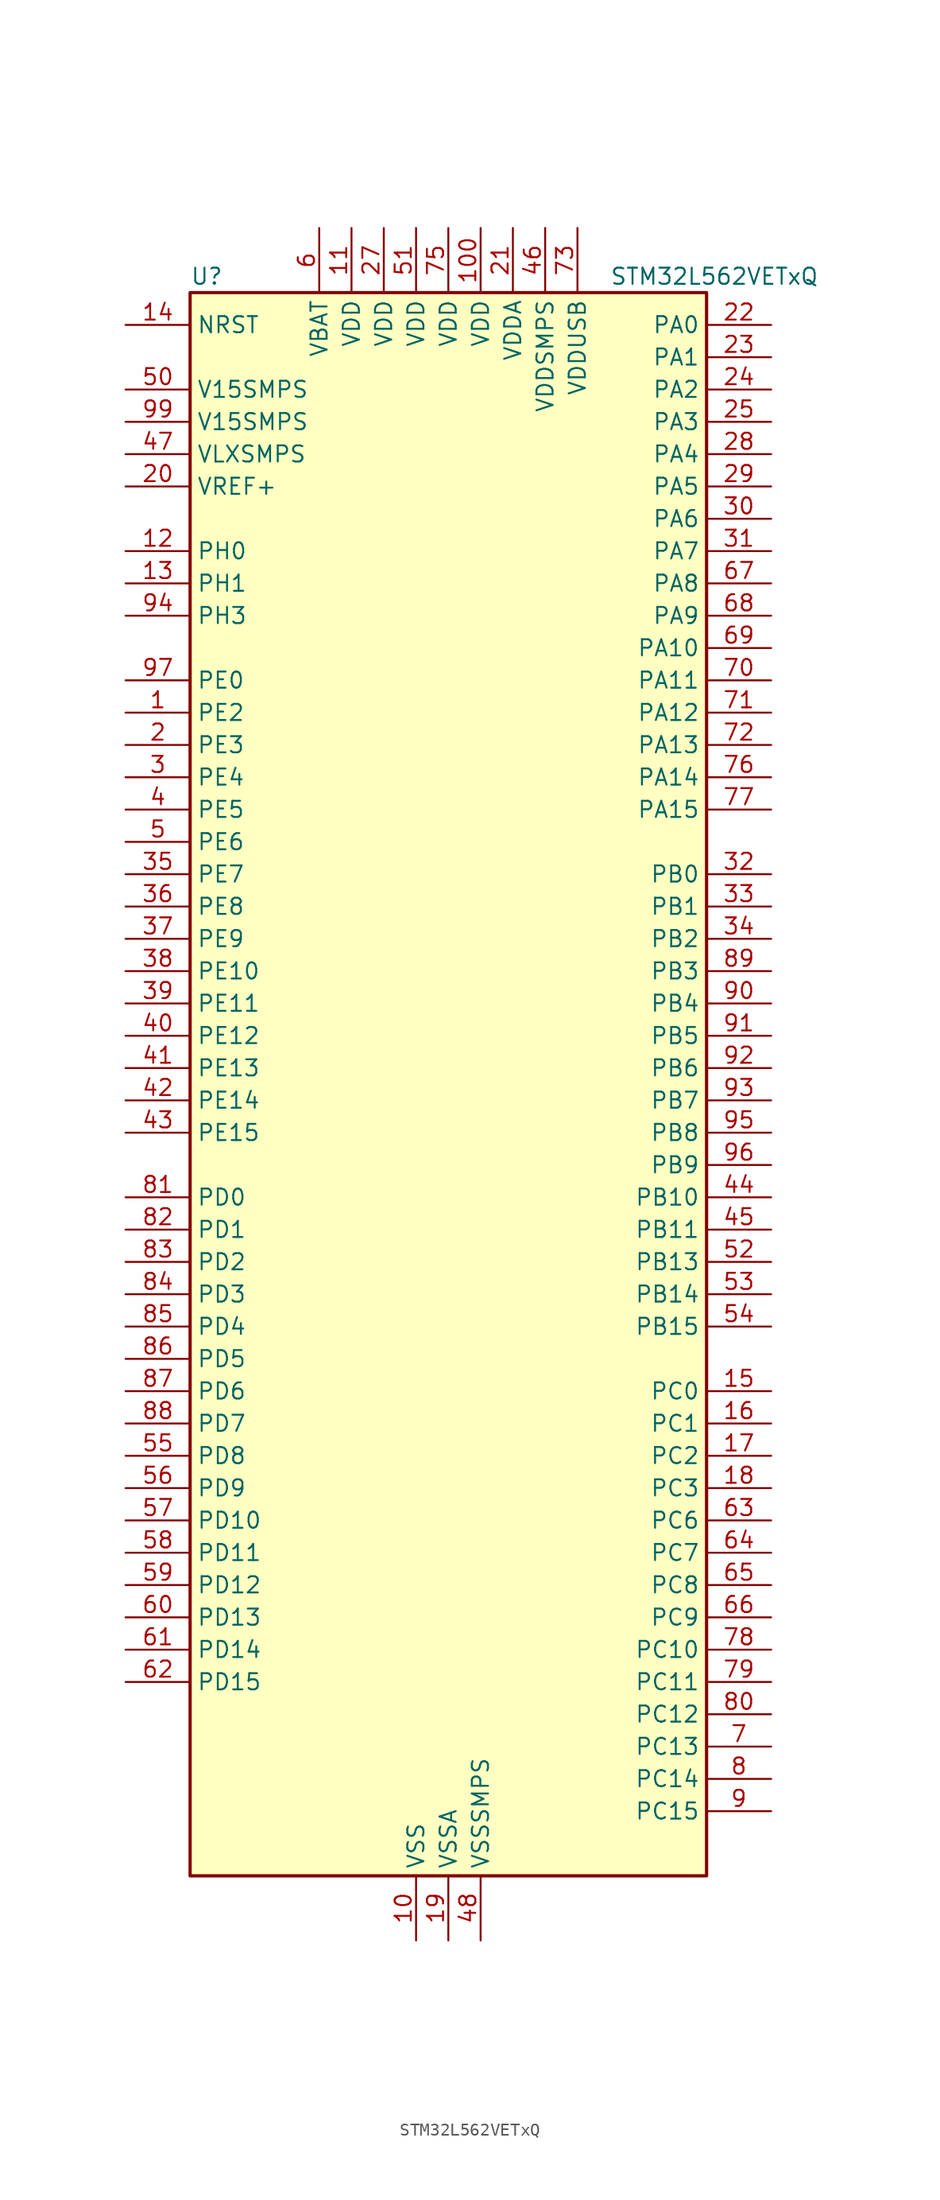
<source format=kicad_sym>
(kicad_symbol_lib
  (version 20231120)
  (generator "kicad_symbol_editor")
  (generator_version "8.0")
  (symbol "STM32L562VETxQ"
    (property "Reference" "U"
      (at -20.32 64.77 0)
      (effects (font (size 1.27 1.27)) (justify left)))
    (property "Value" "STM32L562VETxQ"
      (at 12.7 64.77 0)
      (effects (font (size 1.27 1.27)) (justify left)))
    (property "ki_locked" ""
      (at 0 0 0)
      (effects (font (size 1.27 1.27))))
    (symbol "STM32L562VETxQ_0_1"
      (rectangle (start -20.32 -60.96) (end 20.32 63.5) (stroke (width 0.254) (type default)) (fill (type background))))
    (symbol "STM32L562VETxQ_1_1"
      (pin bidirectional line (at -25.4 30.48 0) (length 5.08) (name "PE2" (effects (font (size 1.27 1.27)))) (number "1" (effects (font (size 1.27 1.27)))) (alternate "DEBUG_TRACECLK" bidirectional line) (alternate "FMC_A23" bidirectional line) (alternate "SAI1_CK1" bidirectional line) (alternate "SAI1_MCLK_A" bidirectional line) (alternate "TIM3_ETR" bidirectional line) (alternate "TSC_G7_IO1" bidirectional line))
      (pin power_in line (at -2.54 -66.04 90) (length 5.08) (name "VSS" (effects (font (size 1.27 1.27)))) (number "10" (effects (font (size 1.27 1.27)))))
      (pin power_in line (at 2.54 68.58 270) (length 5.08) (name "VDD" (effects (font (size 1.27 1.27)))) (number "100" (effects (font (size 1.27 1.27)))))
      (pin power_in line (at -7.62 68.58 270) (length 5.08) (name "VDD" (effects (font (size 1.27 1.27)))) (number "11" (effects (font (size 1.27 1.27)))))
      (pin bidirectional line (at -25.4 43.18 0) (length 5.08) (name "PH0" (effects (font (size 1.27 1.27)))) (number "12" (effects (font (size 1.27 1.27)))) (alternate "RCC_OSC_IN" bidirectional line))
      (pin bidirectional line (at -25.4 40.64 0) (length 5.08) (name "PH1" (effects (font (size 1.27 1.27)))) (number "13" (effects (font (size 1.27 1.27)))) (alternate "RCC_OSC_OUT" bidirectional line))
      (pin input line (at -25.4 60.96 0) (length 5.08) (name "NRST" (effects (font (size 1.27 1.27)))) (number "14" (effects (font (size 1.27 1.27)))))
      (pin bidirectional line (at 25.4 -22.86 180) (length 5.08) (name "PC0" (effects (font (size 1.27 1.27)))) (number "15" (effects (font (size 1.27 1.27)))) (alternate "ADC1_IN1" bidirectional line) (alternate "ADC2_IN1" bidirectional line) (alternate "I2C3_SCL" bidirectional line) (alternate "LPTIM1_IN1" bidirectional line) (alternate "LPTIM2_IN1" bidirectional line) (alternate "LPUART1_RX" bidirectional line) (alternate "OCTOSPI1_IO7" bidirectional line) (alternate "SAI2_FS_A" bidirectional line) (alternate "SDMMC1_D5" bidirectional line))
      (pin bidirectional line (at 25.4 -25.4 180) (length 5.08) (name "PC1" (effects (font (size 1.27 1.27)))) (number "16" (effects (font (size 1.27 1.27)))) (alternate "ADC1_IN2" bidirectional line) (alternate "ADC2_IN2" bidirectional line) (alternate "DEBUG_TRACED0" bidirectional line) (alternate "I2C3_SDA" bidirectional line) (alternate "LPTIM1_OUT" bidirectional line) (alternate "LPUART1_TX" bidirectional line) (alternate "OCTOSPI1_IO4" bidirectional line) (alternate "SAI1_SD_A" bidirectional line) (alternate "SPI2_MOSI" bidirectional line))
      (pin bidirectional line (at 25.4 -27.94 180) (length 5.08) (name "PC2" (effects (font (size 1.27 1.27)))) (number "17" (effects (font (size 1.27 1.27)))) (alternate "ADC1_IN3" bidirectional line) (alternate "ADC2_IN3" bidirectional line) (alternate "DFSDM1_CKOUT" bidirectional line) (alternate "LPTIM1_IN2" bidirectional line) (alternate "OCTOSPI1_IO5" bidirectional line) (alternate "SPI2_MISO" bidirectional line))
      (pin bidirectional line (at 25.4 -30.48 180) (length 5.08) (name "PC3" (effects (font (size 1.27 1.27)))) (number "18" (effects (font (size 1.27 1.27)))) (alternate "ADC1_IN4" bidirectional line) (alternate "ADC2_IN4" bidirectional line) (alternate "LPTIM1_ETR" bidirectional line) (alternate "LPTIM2_ETR" bidirectional line) (alternate "LPTIM3_OUT" bidirectional line) (alternate "OCTOSPI1_IO6" bidirectional line) (alternate "SAI1_D1" bidirectional line) (alternate "SAI1_SD_A" bidirectional line) (alternate "SPI2_MOSI" bidirectional line))
      (pin power_in line (at 0 -66.04 90) (length 5.08) (name "VSSA" (effects (font (size 1.27 1.27)))) (number "19" (effects (font (size 1.27 1.27)))))
      (pin bidirectional line (at -25.4 27.94 0) (length 5.08) (name "PE3" (effects (font (size 1.27 1.27)))) (number "2" (effects (font (size 1.27 1.27)))) (alternate "DEBUG_TRACED0" bidirectional line) (alternate "FMC_A19" bidirectional line) (alternate "OCTOSPI1_DQS" bidirectional line) (alternate "SAI1_SD_B" bidirectional line) (alternate "TIM3_CH1" bidirectional line) (alternate "TSC_G7_IO2" bidirectional line))
      (pin input line (at -25.4 48.26 0) (length 5.08) (name "VREF+" (effects (font (size 1.27 1.27)))) (number "20" (effects (font (size 1.27 1.27)))) (alternate "VREFBUF_OUT" bidirectional line))
      (pin power_in line (at 5.08 68.58 270) (length 5.08) (name "VDDA" (effects (font (size 1.27 1.27)))) (number "21" (effects (font (size 1.27 1.27)))))
      (pin bidirectional line (at 25.4 60.96 180) (length 5.08) (name "PA0" (effects (font (size 1.27 1.27)))) (number "22" (effects (font (size 1.27 1.27)))) (alternate "ADC1_IN5" bidirectional line) (alternate "ADC2_IN5" bidirectional line) (alternate "OPAMP1_VINP" bidirectional line) (alternate "PWR_WKUP1" bidirectional line) (alternate "SAI1_EXTCLK" bidirectional line) (alternate "TAMP_IN2" bidirectional line) (alternate "TAMP_OUT1" bidirectional line) (alternate "TIM2_CH1" bidirectional line) (alternate "TIM2_ETR" bidirectional line) (alternate "TIM5_CH1" bidirectional line) (alternate "TIM8_ETR" bidirectional line) (alternate "UART4_TX" bidirectional line) (alternate "USART2_CTS" bidirectional line) (alternate "USART2_NSS" bidirectional line))
      (pin bidirectional line (at 25.4 58.42 180) (length 5.08) (name "PA1" (effects (font (size 1.27 1.27)))) (number "23" (effects (font (size 1.27 1.27)))) (alternate "ADC1_IN6" bidirectional line) (alternate "ADC2_IN6" bidirectional line) (alternate "I2C1_SMBA" bidirectional line) (alternate "OCTOSPI1_DQS" bidirectional line) (alternate "OPAMP1_VINM" bidirectional line) (alternate "SPI1_SCK" bidirectional line) (alternate "TAMP_IN5" bidirectional line) (alternate "TAMP_OUT4" bidirectional line) (alternate "TIM15_CH1N" bidirectional line) (alternate "TIM2_CH2" bidirectional line) (alternate "TIM5_CH2" bidirectional line) (alternate "UART4_RX" bidirectional line) (alternate "USART2_DE" bidirectional line) (alternate "USART2_RTS" bidirectional line))
      (pin bidirectional line (at 25.4 55.88 180) (length 5.08) (name "PA2" (effects (font (size 1.27 1.27)))) (number "24" (effects (font (size 1.27 1.27)))) (alternate "ADC1_IN7" bidirectional line) (alternate "ADC2_IN7" bidirectional line) (alternate "COMP1_INP" bidirectional line) (alternate "LPUART1_TX" bidirectional line) (alternate "OCTOSPI1_NCS" bidirectional line) (alternate "PWR_WKUP4" bidirectional line) (alternate "RCC_LSCO" bidirectional line) (alternate "SAI2_EXTCLK" bidirectional line) (alternate "TIM15_CH1" bidirectional line) (alternate "TIM2_CH3" bidirectional line) (alternate "TIM5_CH3" bidirectional line) (alternate "UCPD1_FRSTX1" bidirectional line) (alternate "USART2_TX" bidirectional line))
      (pin bidirectional line (at 25.4 53.34 180) (length 5.08) (name "PA3" (effects (font (size 1.27 1.27)))) (number "25" (effects (font (size 1.27 1.27)))) (alternate "ADC1_IN8" bidirectional line) (alternate "ADC2_IN8" bidirectional line) (alternate "LPUART1_RX" bidirectional line) (alternate "OCTOSPI1_CLK" bidirectional line) (alternate "OPAMP1_VOUT" bidirectional line) (alternate "SAI1_CK1" bidirectional line) (alternate "SAI1_MCLK_A" bidirectional line) (alternate "TIM15_CH2" bidirectional line) (alternate "TIM2_CH4" bidirectional line) (alternate "TIM5_CH4" bidirectional line) (alternate "USART2_RX" bidirectional line))
      (pin passive line (at -2.54 -66.04 90) (length 5.08) hide (name "VSS" (effects (font (size 1.27 1.27)))) (number "26" (effects (font (size 1.27 1.27)))))
      (pin power_in line (at -5.08 68.58 270) (length 5.08) (name "VDD" (effects (font (size 1.27 1.27)))) (number "27" (effects (font (size 1.27 1.27)))))
      (pin bidirectional line (at 25.4 50.8 180) (length 5.08) (name "PA4" (effects (font (size 1.27 1.27)))) (number "28" (effects (font (size 1.27 1.27)))) (alternate "ADC1_IN9" bidirectional line) (alternate "ADC2_IN9" bidirectional line) (alternate "DAC1_OUT1" bidirectional line) (alternate "LPTIM2_OUT" bidirectional line) (alternate "OCTOSPI1_NCS" bidirectional line) (alternate "SAI1_FS_B" bidirectional line) (alternate "SPI1_NSS" bidirectional line) (alternate "SPI3_NSS" bidirectional line) (alternate "USART2_CK" bidirectional line))
      (pin bidirectional line (at 25.4 48.26 180) (length 5.08) (name "PA5" (effects (font (size 1.27 1.27)))) (number "29" (effects (font (size 1.27 1.27)))) (alternate "ADC1_IN10" bidirectional line) (alternate "ADC2_IN10" bidirectional line) (alternate "DAC1_OUT2" bidirectional line) (alternate "LPTIM2_ETR" bidirectional line) (alternate "SPI1_SCK" bidirectional line) (alternate "TIM2_CH1" bidirectional line) (alternate "TIM2_ETR" bidirectional line) (alternate "TIM8_CH1N" bidirectional line))
      (pin bidirectional line (at -25.4 25.4 0) (length 5.08) (name "PE4" (effects (font (size 1.27 1.27)))) (number "3" (effects (font (size 1.27 1.27)))) (alternate "DEBUG_TRACED1" bidirectional line) (alternate "DFSDM1_DATIN3" bidirectional line) (alternate "FMC_A20" bidirectional line) (alternate "SAI1_D2" bidirectional line) (alternate "SAI1_FS_A" bidirectional line) (alternate "TIM3_CH2" bidirectional line) (alternate "TSC_G7_IO3" bidirectional line))
      (pin bidirectional line (at 25.4 45.72 180) (length 5.08) (name "PA6" (effects (font (size 1.27 1.27)))) (number "30" (effects (font (size 1.27 1.27)))) (alternate "ADC1_IN11" bidirectional line) (alternate "ADC2_IN11" bidirectional line) (alternate "LPUART1_CTS" bidirectional line) (alternate "OCTOSPI1_IO3" bidirectional line) (alternate "OPAMP2_VINP" bidirectional line) (alternate "SPI1_MISO" bidirectional line) (alternate "TIM16_CH1" bidirectional line) (alternate "TIM1_BKIN" bidirectional line) (alternate "TIM3_CH1" bidirectional line) (alternate "TIM8_BKIN" bidirectional line) (alternate "USART3_CTS" bidirectional line) (alternate "USART3_NSS" bidirectional line))
      (pin bidirectional line (at 25.4 43.18 180) (length 5.08) (name "PA7" (effects (font (size 1.27 1.27)))) (number "31" (effects (font (size 1.27 1.27)))) (alternate "ADC1_IN12" bidirectional line) (alternate "ADC2_IN12" bidirectional line) (alternate "I2C3_SCL" bidirectional line) (alternate "OCTOSPI1_IO2" bidirectional line) (alternate "OPAMP2_VINM" bidirectional line) (alternate "SPI1_MOSI" bidirectional line) (alternate "TIM17_CH1" bidirectional line) (alternate "TIM1_CH1N" bidirectional line) (alternate "TIM3_CH2" bidirectional line) (alternate "TIM8_CH1N" bidirectional line))
      (pin bidirectional line (at 25.4 17.78 180) (length 5.08) (name "PB0" (effects (font (size 1.27 1.27)))) (number "32" (effects (font (size 1.27 1.27)))) (alternate "ADC1_IN15" bidirectional line) (alternate "ADC2_IN15" bidirectional line) (alternate "COMP1_OUT" bidirectional line) (alternate "OCTOSPI1_IO1" bidirectional line) (alternate "OPAMP2_VOUT" bidirectional line) (alternate "SAI1_EXTCLK" bidirectional line) (alternate "SPI1_NSS" bidirectional line) (alternate "TIM1_CH2N" bidirectional line) (alternate "TIM3_CH3" bidirectional line) (alternate "TIM8_CH2N" bidirectional line) (alternate "USART3_CK" bidirectional line))
      (pin bidirectional line (at 25.4 15.24 180) (length 5.08) (name "PB1" (effects (font (size 1.27 1.27)))) (number "33" (effects (font (size 1.27 1.27)))) (alternate "ADC1_IN16" bidirectional line) (alternate "ADC2_IN16" bidirectional line) (alternate "COMP1_INM" bidirectional line) (alternate "DFSDM1_DATIN0" bidirectional line) (alternate "LPTIM2_IN1" bidirectional line) (alternate "LPUART1_DE" bidirectional line) (alternate "LPUART1_RTS" bidirectional line) (alternate "OCTOSPI1_IO0" bidirectional line) (alternate "TIM1_CH3N" bidirectional line) (alternate "TIM3_CH4" bidirectional line) (alternate "TIM8_CH3N" bidirectional line) (alternate "USART3_DE" bidirectional line) (alternate "USART3_RTS" bidirectional line))
      (pin bidirectional line (at 25.4 12.7 180) (length 5.08) (name "PB2" (effects (font (size 1.27 1.27)))) (number "34" (effects (font (size 1.27 1.27)))) (alternate "COMP1_INP" bidirectional line) (alternate "DFSDM1_CKIN0" bidirectional line) (alternate "I2C3_SMBA" bidirectional line) (alternate "LPTIM1_OUT" bidirectional line) (alternate "OCTOSPI1_DQS" bidirectional line) (alternate "RTC_OUT2" bidirectional line) (alternate "UCPD1_FRSTX1" bidirectional line))
      (pin bidirectional line (at -25.4 17.78 0) (length 5.08) (name "PE7" (effects (font (size 1.27 1.27)))) (number "35" (effects (font (size 1.27 1.27)))) (alternate "DFSDM1_DATIN2" bidirectional line) (alternate "FMC_D4" bidirectional line) (alternate "FMC_DA4" bidirectional line) (alternate "SAI1_SD_B" bidirectional line) (alternate "TIM1_ETR" bidirectional line))
      (pin bidirectional line (at -25.4 15.24 0) (length 5.08) (name "PE8" (effects (font (size 1.27 1.27)))) (number "36" (effects (font (size 1.27 1.27)))) (alternate "DFSDM1_CKIN2" bidirectional line) (alternate "FMC_D5" bidirectional line) (alternate "FMC_DA5" bidirectional line) (alternate "SAI1_SCK_B" bidirectional line) (alternate "TIM1_CH1N" bidirectional line))
      (pin bidirectional line (at -25.4 12.7 0) (length 5.08) (name "PE9" (effects (font (size 1.27 1.27)))) (number "37" (effects (font (size 1.27 1.27)))) (alternate "DAC1_EXTI9" bidirectional line) (alternate "DFSDM1_CKOUT" bidirectional line) (alternate "FMC_D6" bidirectional line) (alternate "FMC_DA6" bidirectional line) (alternate "OCTOSPI1_NCLK" bidirectional line) (alternate "SAI1_FS_B" bidirectional line) (alternate "TIM1_CH1" bidirectional line))
      (pin bidirectional line (at -25.4 10.16 0) (length 5.08) (name "PE10" (effects (font (size 1.27 1.27)))) (number "38" (effects (font (size 1.27 1.27)))) (alternate "FMC_D7" bidirectional line) (alternate "FMC_DA7" bidirectional line) (alternate "OCTOSPI1_CLK" bidirectional line) (alternate "SAI1_MCLK_B" bidirectional line) (alternate "TIM1_CH2N" bidirectional line) (alternate "TSC_G5_IO1" bidirectional line))
      (pin bidirectional line (at -25.4 7.62 0) (length 5.08) (name "PE11" (effects (font (size 1.27 1.27)))) (number "39" (effects (font (size 1.27 1.27)))) (alternate "ADC1_EXTI11" bidirectional line) (alternate "ADC2_EXTI11" bidirectional line) (alternate "FMC_D8" bidirectional line) (alternate "FMC_DA8" bidirectional line) (alternate "OCTOSPI1_NCS" bidirectional line) (alternate "TIM1_CH2" bidirectional line) (alternate "TSC_G5_IO2" bidirectional line))
      (pin bidirectional line (at -25.4 22.86 0) (length 5.08) (name "PE5" (effects (font (size 1.27 1.27)))) (number "4" (effects (font (size 1.27 1.27)))) (alternate "DEBUG_TRACED2" bidirectional line) (alternate "DFSDM1_CKIN3" bidirectional line) (alternate "FMC_A21" bidirectional line) (alternate "SAI1_CK2" bidirectional line) (alternate "SAI1_SCK_A" bidirectional line) (alternate "TIM3_CH3" bidirectional line) (alternate "TSC_G7_IO4" bidirectional line))
      (pin bidirectional line (at -25.4 5.08 0) (length 5.08) (name "PE12" (effects (font (size 1.27 1.27)))) (number "40" (effects (font (size 1.27 1.27)))) (alternate "FMC_D9" bidirectional line) (alternate "FMC_DA9" bidirectional line) (alternate "OCTOSPI1_IO0" bidirectional line) (alternate "SPI1_NSS" bidirectional line) (alternate "TIM1_CH3N" bidirectional line) (alternate "TSC_G5_IO3" bidirectional line))
      (pin bidirectional line (at -25.4 2.54 0) (length 5.08) (name "PE13" (effects (font (size 1.27 1.27)))) (number "41" (effects (font (size 1.27 1.27)))) (alternate "FMC_D10" bidirectional line) (alternate "FMC_DA10" bidirectional line) (alternate "OCTOSPI1_IO1" bidirectional line) (alternate "SPI1_SCK" bidirectional line) (alternate "TIM1_CH3" bidirectional line) (alternate "TSC_G5_IO4" bidirectional line))
      (pin bidirectional line (at -25.4 0 0) (length 5.08) (name "PE14" (effects (font (size 1.27 1.27)))) (number "42" (effects (font (size 1.27 1.27)))) (alternate "FMC_D11" bidirectional line) (alternate "FMC_DA11" bidirectional line) (alternate "OCTOSPI1_IO2" bidirectional line) (alternate "SPI1_MISO" bidirectional line) (alternate "TIM1_BKIN2" bidirectional line) (alternate "TIM1_CH4" bidirectional line))
      (pin bidirectional line (at -25.4 -2.54 0) (length 5.08) (name "PE15" (effects (font (size 1.27 1.27)))) (number "43" (effects (font (size 1.27 1.27)))) (alternate "ADC1_EXTI15" bidirectional line) (alternate "ADC2_EXTI15" bidirectional line) (alternate "FMC_D12" bidirectional line) (alternate "FMC_DA12" bidirectional line) (alternate "OCTOSPI1_IO3" bidirectional line) (alternate "SPI1_MOSI" bidirectional line) (alternate "TIM1_BKIN" bidirectional line))
      (pin bidirectional line (at 25.4 -7.62 180) (length 5.08) (name "PB10" (effects (font (size 1.27 1.27)))) (number "44" (effects (font (size 1.27 1.27)))) (alternate "COMP1_OUT" bidirectional line) (alternate "I2C2_SCL" bidirectional line) (alternate "I2C4_SCL" bidirectional line) (alternate "LPTIM3_OUT" bidirectional line) (alternate "LPUART1_RX" bidirectional line) (alternate "OCTOSPI1_CLK" bidirectional line) (alternate "SAI1_SCK_A" bidirectional line) (alternate "SPI2_SCK" bidirectional line) (alternate "TIM2_CH3" bidirectional line) (alternate "TSC_SYNC" bidirectional line) (alternate "USART3_TX" bidirectional line))
      (pin bidirectional line (at 25.4 -10.16 180) (length 5.08) (name "PB11" (effects (font (size 1.27 1.27)))) (number "45" (effects (font (size 1.27 1.27)))) (alternate "ADC1_EXTI11" bidirectional line) (alternate "ADC2_EXTI11" bidirectional line) (alternate "COMP2_OUT" bidirectional line) (alternate "I2C2_SDA" bidirectional line) (alternate "I2C4_SDA" bidirectional line) (alternate "LPUART1_TX" bidirectional line) (alternate "OCTOSPI1_NCS" bidirectional line) (alternate "TIM2_CH4" bidirectional line) (alternate "USART3_RX" bidirectional line))
      (pin power_in line (at 7.62 68.58 270) (length 5.08) (name "VDDSMPS" (effects (font (size 1.27 1.27)))) (number "46" (effects (font (size 1.27 1.27)))))
      (pin power_in line (at -25.4 50.8 0) (length 5.08) (name "VLXSMPS" (effects (font (size 1.27 1.27)))) (number "47" (effects (font (size 1.27 1.27)))))
      (pin power_in line (at 2.54 -66.04 90) (length 5.08) (name "VSSSMPS" (effects (font (size 1.27 1.27)))) (number "48" (effects (font (size 1.27 1.27)))))
      (pin passive line (at -2.54 -66.04 90) (length 5.08) hide (name "VSS" (effects (font (size 1.27 1.27)))) (number "49" (effects (font (size 1.27 1.27)))))
      (pin bidirectional line (at -25.4 20.32 0) (length 5.08) (name "PE6" (effects (font (size 1.27 1.27)))) (number "5" (effects (font (size 1.27 1.27)))) (alternate "DEBUG_TRACED3" bidirectional line) (alternate "FMC_A22" bidirectional line) (alternate "PWR_WKUP3" bidirectional line) (alternate "SAI1_D1" bidirectional line) (alternate "SAI1_SD_A" bidirectional line) (alternate "TAMP_IN3" bidirectional line) (alternate "TAMP_OUT6" bidirectional line) (alternate "TIM3_CH4" bidirectional line))
      (pin power_in line (at -25.4 55.88 0) (length 5.08) (name "V15SMPS" (effects (font (size 1.27 1.27)))) (number "50" (effects (font (size 1.27 1.27)))))
      (pin power_in line (at -2.54 68.58 270) (length 5.08) (name "VDD" (effects (font (size 1.27 1.27)))) (number "51" (effects (font (size 1.27 1.27)))))
      (pin bidirectional line (at 25.4 -12.7 180) (length 5.08) (name "PB13" (effects (font (size 1.27 1.27)))) (number "52" (effects (font (size 1.27 1.27)))) (alternate "DFSDM1_CKIN1" bidirectional line) (alternate "I2C2_SCL" bidirectional line) (alternate "LPTIM3_IN1" bidirectional line) (alternate "LPUART1_CTS" bidirectional line) (alternate "SAI2_SCK_A" bidirectional line) (alternate "SPI2_SCK" bidirectional line) (alternate "TIM15_CH1N" bidirectional line) (alternate "TIM1_CH1N" bidirectional line) (alternate "TSC_G1_IO2" bidirectional line) (alternate "UCPD1_FRSTX2" bidirectional line) (alternate "USART3_CTS" bidirectional line) (alternate "USART3_NSS" bidirectional line))
      (pin bidirectional line (at 25.4 -15.24 180) (length 5.08) (name "PB14" (effects (font (size 1.27 1.27)))) (number "53" (effects (font (size 1.27 1.27)))) (alternate "DFSDM1_DATIN2" bidirectional line) (alternate "I2C2_SDA" bidirectional line) (alternate "LPTIM3_ETR" bidirectional line) (alternate "SAI2_MCLK_A" bidirectional line) (alternate "SPI2_MISO" bidirectional line) (alternate "TIM15_CH1" bidirectional line) (alternate "TIM1_CH2N" bidirectional line) (alternate "TIM8_CH2N" bidirectional line) (alternate "TSC_G1_IO3" bidirectional line) (alternate "UCPD1_DBCC2" bidirectional line) (alternate "USART3_DE" bidirectional line) (alternate "USART3_RTS" bidirectional line))
      (pin bidirectional line (at 25.4 -17.78 180) (length 5.08) (name "PB15" (effects (font (size 1.27 1.27)))) (number "54" (effects (font (size 1.27 1.27)))) (alternate "ADC1_EXTI15" bidirectional line) (alternate "ADC2_EXTI15" bidirectional line) (alternate "DFSDM1_CKIN2" bidirectional line) (alternate "RTC_REFIN" bidirectional line) (alternate "SAI2_SD_A" bidirectional line) (alternate "SPI2_MOSI" bidirectional line) (alternate "TIM15_CH2" bidirectional line) (alternate "TIM1_CH3N" bidirectional line) (alternate "TIM8_CH3N" bidirectional line) (alternate "UCPD1_CC2" bidirectional line))
      (pin bidirectional line (at -25.4 -27.94 0) (length 5.08) (name "PD8" (effects (font (size 1.27 1.27)))) (number "55" (effects (font (size 1.27 1.27)))) (alternate "FMC_D13" bidirectional line) (alternate "FMC_DA13" bidirectional line) (alternate "USART3_TX" bidirectional line))
      (pin bidirectional line (at -25.4 -30.48 0) (length 5.08) (name "PD9" (effects (font (size 1.27 1.27)))) (number "56" (effects (font (size 1.27 1.27)))) (alternate "DAC1_EXTI9" bidirectional line) (alternate "FMC_D14" bidirectional line) (alternate "FMC_DA14" bidirectional line) (alternate "SAI2_MCLK_A" bidirectional line) (alternate "USART3_RX" bidirectional line))
      (pin bidirectional line (at -25.4 -33.02 0) (length 5.08) (name "PD10" (effects (font (size 1.27 1.27)))) (number "57" (effects (font (size 1.27 1.27)))) (alternate "FMC_D15" bidirectional line) (alternate "FMC_DA15" bidirectional line) (alternate "SAI2_SCK_A" bidirectional line) (alternate "TSC_G6_IO1" bidirectional line) (alternate "USART3_CK" bidirectional line))
      (pin bidirectional line (at -25.4 -35.56 0) (length 5.08) (name "PD11" (effects (font (size 1.27 1.27)))) (number "58" (effects (font (size 1.27 1.27)))) (alternate "ADC1_EXTI11" bidirectional line) (alternate "ADC2_EXTI11" bidirectional line) (alternate "FMC_A16" bidirectional line) (alternate "FMC_CLE" bidirectional line) (alternate "I2C4_SMBA" bidirectional line) (alternate "LPTIM2_ETR" bidirectional line) (alternate "SAI2_SD_A" bidirectional line) (alternate "TSC_G6_IO2" bidirectional line) (alternate "USART3_CTS" bidirectional line) (alternate "USART3_NSS" bidirectional line))
      (pin bidirectional line (at -25.4 -38.1 0) (length 5.08) (name "PD12" (effects (font (size 1.27 1.27)))) (number "59" (effects (font (size 1.27 1.27)))) (alternate "FMC_A17" bidirectional line) (alternate "FMC_ALE" bidirectional line) (alternate "I2C4_SCL" bidirectional line) (alternate "LPTIM2_IN1" bidirectional line) (alternate "SAI2_FS_A" bidirectional line) (alternate "TIM4_CH1" bidirectional line) (alternate "TSC_G6_IO3" bidirectional line) (alternate "USART3_DE" bidirectional line) (alternate "USART3_RTS" bidirectional line))
      (pin power_in line (at -10.16 68.58 270) (length 5.08) (name "VBAT" (effects (font (size 1.27 1.27)))) (number "6" (effects (font (size 1.27 1.27)))))
      (pin bidirectional line (at -25.4 -40.64 0) (length 5.08) (name "PD13" (effects (font (size 1.27 1.27)))) (number "60" (effects (font (size 1.27 1.27)))) (alternate "FMC_A18" bidirectional line) (alternate "I2C4_SDA" bidirectional line) (alternate "LPTIM2_OUT" bidirectional line) (alternate "TIM4_CH2" bidirectional line) (alternate "TSC_G6_IO4" bidirectional line))
      (pin bidirectional line (at -25.4 -43.18 0) (length 5.08) (name "PD14" (effects (font (size 1.27 1.27)))) (number "61" (effects (font (size 1.27 1.27)))) (alternate "FMC_D0" bidirectional line) (alternate "FMC_DA0" bidirectional line) (alternate "TIM4_CH3" bidirectional line))
      (pin bidirectional line (at -25.4 -45.72 0) (length 5.08) (name "PD15" (effects (font (size 1.27 1.27)))) (number "62" (effects (font (size 1.27 1.27)))) (alternate "ADC1_EXTI15" bidirectional line) (alternate "ADC2_EXTI15" bidirectional line) (alternate "FMC_D1" bidirectional line) (alternate "FMC_DA1" bidirectional line) (alternate "TIM4_CH4" bidirectional line))
      (pin bidirectional line (at 25.4 -33.02 180) (length 5.08) (name "PC6" (effects (font (size 1.27 1.27)))) (number "63" (effects (font (size 1.27 1.27)))) (alternate "DFSDM1_CKIN3" bidirectional line) (alternate "SAI2_MCLK_A" bidirectional line) (alternate "SDMMC1_D0DIR" bidirectional line) (alternate "SDMMC1_D6" bidirectional line) (alternate "TIM3_CH1" bidirectional line) (alternate "TIM8_CH1" bidirectional line) (alternate "TSC_G4_IO1" bidirectional line))
      (pin bidirectional line (at 25.4 -35.56 180) (length 5.08) (name "PC7" (effects (font (size 1.27 1.27)))) (number "64" (effects (font (size 1.27 1.27)))) (alternate "DFSDM1_DATIN3" bidirectional line) (alternate "SAI2_MCLK_B" bidirectional line) (alternate "SDMMC1_D123DIR" bidirectional line) (alternate "SDMMC1_D7" bidirectional line) (alternate "TIM3_CH2" bidirectional line) (alternate "TIM8_CH2" bidirectional line) (alternate "TSC_G4_IO2" bidirectional line))
      (pin bidirectional line (at 25.4 -38.1 180) (length 5.08) (name "PC8" (effects (font (size 1.27 1.27)))) (number "65" (effects (font (size 1.27 1.27)))) (alternate "SDMMC1_D0" bidirectional line) (alternate "TIM3_CH3" bidirectional line) (alternate "TIM8_CH3" bidirectional line) (alternate "TSC_G4_IO3" bidirectional line))
      (pin bidirectional line (at 25.4 -40.64 180) (length 5.08) (name "PC9" (effects (font (size 1.27 1.27)))) (number "66" (effects (font (size 1.27 1.27)))) (alternate "DAC1_EXTI9" bidirectional line) (alternate "DEBUG_TRACED0" bidirectional line) (alternate "SAI2_EXTCLK" bidirectional line) (alternate "SDMMC1_D1" bidirectional line) (alternate "TIM3_CH4" bidirectional line) (alternate "TIM8_BKIN2" bidirectional line) (alternate "TIM8_CH4" bidirectional line) (alternate "TSC_G4_IO4" bidirectional line) (alternate "USB_NOE" bidirectional line))
      (pin bidirectional line (at 25.4 40.64 180) (length 5.08) (name "PA8" (effects (font (size 1.27 1.27)))) (number "67" (effects (font (size 1.27 1.27)))) (alternate "LPTIM2_OUT" bidirectional line) (alternate "RCC_MCO" bidirectional line) (alternate "SAI1_CK2" bidirectional line) (alternate "SAI1_SCK_A" bidirectional line) (alternate "TIM1_CH1" bidirectional line) (alternate "USART1_CK" bidirectional line))
      (pin bidirectional line (at 25.4 38.1 180) (length 5.08) (name "PA9" (effects (font (size 1.27 1.27)))) (number "68" (effects (font (size 1.27 1.27)))) (alternate "DAC1_EXTI9" bidirectional line) (alternate "SAI1_FS_A" bidirectional line) (alternate "SPI2_SCK" bidirectional line) (alternate "TIM15_BKIN" bidirectional line) (alternate "TIM1_CH2" bidirectional line) (alternate "USART1_TX" bidirectional line))
      (pin bidirectional line (at 25.4 35.56 180) (length 5.08) (name "PA10" (effects (font (size 1.27 1.27)))) (number "69" (effects (font (size 1.27 1.27)))) (alternate "CRS_SYNC" bidirectional line) (alternate "SAI1_D1" bidirectional line) (alternate "SAI1_SD_A" bidirectional line) (alternate "TIM17_BKIN" bidirectional line) (alternate "TIM1_CH3" bidirectional line) (alternate "USART1_RX" bidirectional line))
      (pin bidirectional line (at 25.4 -50.8 180) (length 5.08) (name "PC13" (effects (font (size 1.27 1.27)))) (number "7" (effects (font (size 1.27 1.27)))) (alternate "PWR_WKUP2" bidirectional line) (alternate "RTC_OUT1" bidirectional line) (alternate "RTC_TS" bidirectional line) (alternate "TAMP_IN1" bidirectional line) (alternate "TAMP_OUT2" bidirectional line))
      (pin bidirectional line (at 25.4 33.02 180) (length 5.08) (name "PA11" (effects (font (size 1.27 1.27)))) (number "70" (effects (font (size 1.27 1.27)))) (alternate "ADC1_EXTI11" bidirectional line) (alternate "ADC2_EXTI11" bidirectional line) (alternate "FDCAN1_RX" bidirectional line) (alternate "SPI1_MISO" bidirectional line) (alternate "TIM1_BKIN2" bidirectional line) (alternate "TIM1_CH4" bidirectional line) (alternate "USART1_CTS" bidirectional line) (alternate "USART1_NSS" bidirectional line) (alternate "USB_DM" bidirectional line))
      (pin bidirectional line (at 25.4 30.48 180) (length 5.08) (name "PA12" (effects (font (size 1.27 1.27)))) (number "71" (effects (font (size 1.27 1.27)))) (alternate "FDCAN1_TX" bidirectional line) (alternate "SPI1_MOSI" bidirectional line) (alternate "TIM1_ETR" bidirectional line) (alternate "USART1_DE" bidirectional line) (alternate "USART1_RTS" bidirectional line) (alternate "USB_DP" bidirectional line))
      (pin bidirectional line (at 25.4 27.94 180) (length 5.08) (name "PA13" (effects (font (size 1.27 1.27)))) (number "72" (effects (font (size 1.27 1.27)))) (alternate "DEBUG_JTMS-SWDIO" bidirectional line) (alternate "IR_OUT" bidirectional line) (alternate "SAI1_SD_B" bidirectional line) (alternate "USB_NOE" bidirectional line))
      (pin power_in line (at 10.16 68.58 270) (length 5.08) (name "VDDUSB" (effects (font (size 1.27 1.27)))) (number "73" (effects (font (size 1.27 1.27)))))
      (pin passive line (at -2.54 -66.04 90) (length 5.08) hide (name "VSS" (effects (font (size 1.27 1.27)))) (number "74" (effects (font (size 1.27 1.27)))))
      (pin power_in line (at 0 68.58 270) (length 5.08) (name "VDD" (effects (font (size 1.27 1.27)))) (number "75" (effects (font (size 1.27 1.27)))))
      (pin bidirectional line (at 25.4 25.4 180) (length 5.08) (name "PA14" (effects (font (size 1.27 1.27)))) (number "76" (effects (font (size 1.27 1.27)))) (alternate "DEBUG_JTCK-SWCLK" bidirectional line) (alternate "I2C1_SMBA" bidirectional line) (alternate "I2C4_SMBA" bidirectional line) (alternate "LPTIM1_OUT" bidirectional line) (alternate "SAI1_FS_B" bidirectional line))
      (pin bidirectional line (at 25.4 22.86 180) (length 5.08) (name "PA15" (effects (font (size 1.27 1.27)))) (number "77" (effects (font (size 1.27 1.27)))) (alternate "ADC1_EXTI15" bidirectional line) (alternate "ADC2_EXTI15" bidirectional line) (alternate "DEBUG_JTDI" bidirectional line) (alternate "SAI2_FS_B" bidirectional line) (alternate "SPI1_NSS" bidirectional line) (alternate "SPI3_NSS" bidirectional line) (alternate "TIM2_CH1" bidirectional line) (alternate "TIM2_ETR" bidirectional line) (alternate "UART4_DE" bidirectional line) (alternate "UART4_RTS" bidirectional line) (alternate "UCPD1_CC1" bidirectional line) (alternate "USART2_RX" bidirectional line) (alternate "USART3_DE" bidirectional line) (alternate "USART3_RTS" bidirectional line))
      (pin bidirectional line (at 25.4 -43.18 180) (length 5.08) (name "PC10" (effects (font (size 1.27 1.27)))) (number "78" (effects (font (size 1.27 1.27)))) (alternate "DEBUG_TRACED1" bidirectional line) (alternate "LPTIM3_ETR" bidirectional line) (alternate "SAI2_SCK_B" bidirectional line) (alternate "SDMMC1_D2" bidirectional line) (alternate "SPI3_SCK" bidirectional line) (alternate "TSC_G3_IO2" bidirectional line) (alternate "UART4_TX" bidirectional line) (alternate "USART3_TX" bidirectional line))
      (pin bidirectional line (at 25.4 -45.72 180) (length 5.08) (name "PC11" (effects (font (size 1.27 1.27)))) (number "79" (effects (font (size 1.27 1.27)))) (alternate "ADC1_EXTI11" bidirectional line) (alternate "ADC2_EXTI11" bidirectional line) (alternate "LPTIM3_IN1" bidirectional line) (alternate "OCTOSPI1_NCS" bidirectional line) (alternate "SAI2_MCLK_B" bidirectional line) (alternate "SDMMC1_D3" bidirectional line) (alternate "SPI3_MISO" bidirectional line) (alternate "TSC_G3_IO3" bidirectional line) (alternate "UART4_RX" bidirectional line) (alternate "UCPD1_FRSTX2" bidirectional line) (alternate "USART3_RX" bidirectional line))
      (pin bidirectional line (at 25.4 -53.34 180) (length 5.08) (name "PC14" (effects (font (size 1.27 1.27)))) (number "8" (effects (font (size 1.27 1.27)))) (alternate "RCC_OSC32_IN" bidirectional line))
      (pin bidirectional line (at 25.4 -48.26 180) (length 5.08) (name "PC12" (effects (font (size 1.27 1.27)))) (number "80" (effects (font (size 1.27 1.27)))) (alternate "DEBUG_TRACED3" bidirectional line) (alternate "SAI2_SD_B" bidirectional line) (alternate "SDMMC1_CK" bidirectional line) (alternate "SPI3_MOSI" bidirectional line) (alternate "TSC_G3_IO4" bidirectional line) (alternate "UART5_TX" bidirectional line) (alternate "USART3_CK" bidirectional line))
      (pin bidirectional line (at -25.4 -7.62 0) (length 5.08) (name "PD0" (effects (font (size 1.27 1.27)))) (number "81" (effects (font (size 1.27 1.27)))) (alternate "FDCAN1_RX" bidirectional line) (alternate "FMC_D2" bidirectional line) (alternate "FMC_DA2" bidirectional line) (alternate "SPI2_NSS" bidirectional line))
      (pin bidirectional line (at -25.4 -10.16 0) (length 5.08) (name "PD1" (effects (font (size 1.27 1.27)))) (number "82" (effects (font (size 1.27 1.27)))) (alternate "FDCAN1_TX" bidirectional line) (alternate "FMC_D3" bidirectional line) (alternate "FMC_DA3" bidirectional line) (alternate "SPI2_SCK" bidirectional line))
      (pin bidirectional line (at -25.4 -12.7 0) (length 5.08) (name "PD2" (effects (font (size 1.27 1.27)))) (number "83" (effects (font (size 1.27 1.27)))) (alternate "DEBUG_TRACED2" bidirectional line) (alternate "SDMMC1_CMD" bidirectional line) (alternate "TIM3_ETR" bidirectional line) (alternate "TSC_SYNC" bidirectional line) (alternate "UART5_RX" bidirectional line) (alternate "USART3_DE" bidirectional line) (alternate "USART3_RTS" bidirectional line))
      (pin bidirectional line (at -25.4 -15.24 0) (length 5.08) (name "PD3" (effects (font (size 1.27 1.27)))) (number "84" (effects (font (size 1.27 1.27)))) (alternate "DFSDM1_DATIN0" bidirectional line) (alternate "FMC_CLK" bidirectional line) (alternate "SPI2_MISO" bidirectional line) (alternate "SPI2_SCK" bidirectional line) (alternate "USART2_CTS" bidirectional line) (alternate "USART2_NSS" bidirectional line))
      (pin bidirectional line (at -25.4 -17.78 0) (length 5.08) (name "PD4" (effects (font (size 1.27 1.27)))) (number "85" (effects (font (size 1.27 1.27)))) (alternate "DFSDM1_CKIN0" bidirectional line) (alternate "FMC_NOE" bidirectional line) (alternate "OCTOSPI1_IO4" bidirectional line) (alternate "SPI2_MOSI" bidirectional line) (alternate "USART2_DE" bidirectional line) (alternate "USART2_RTS" bidirectional line))
      (pin bidirectional line (at -25.4 -20.32 0) (length 5.08) (name "PD5" (effects (font (size 1.27 1.27)))) (number "86" (effects (font (size 1.27 1.27)))) (alternate "FMC_NWE" bidirectional line) (alternate "OCTOSPI1_IO5" bidirectional line) (alternate "USART2_TX" bidirectional line))
      (pin bidirectional line (at -25.4 -22.86 0) (length 5.08) (name "PD6" (effects (font (size 1.27 1.27)))) (number "87" (effects (font (size 1.27 1.27)))) (alternate "DFSDM1_DATIN1" bidirectional line) (alternate "FMC_NWAIT" bidirectional line) (alternate "OCTOSPI1_IO6" bidirectional line) (alternate "SAI1_D1" bidirectional line) (alternate "SAI1_SD_A" bidirectional line) (alternate "SPI3_MOSI" bidirectional line) (alternate "USART2_RX" bidirectional line))
      (pin bidirectional line (at -25.4 -25.4 0) (length 5.08) (name "PD7" (effects (font (size 1.27 1.27)))) (number "88" (effects (font (size 1.27 1.27)))) (alternate "DFSDM1_CKIN1" bidirectional line) (alternate "FMC_NCE" bidirectional line) (alternate "FMC_NE1" bidirectional line) (alternate "OCTOSPI1_IO7" bidirectional line) (alternate "USART2_CK" bidirectional line))
      (pin bidirectional line (at 25.4 10.16 180) (length 5.08) (name "PB3" (effects (font (size 1.27 1.27)))) (number "89" (effects (font (size 1.27 1.27)))) (alternate "COMP2_INM" bidirectional line) (alternate "CRS_SYNC" bidirectional line) (alternate "DEBUG_JTDO-SWO" bidirectional line) (alternate "SAI1_SCK_B" bidirectional line) (alternate "SPI1_SCK" bidirectional line) (alternate "SPI3_SCK" bidirectional line) (alternate "TIM2_CH2" bidirectional line) (alternate "USART1_DE" bidirectional line) (alternate "USART1_RTS" bidirectional line))
      (pin bidirectional line (at 25.4 -55.88 180) (length 5.08) (name "PC15" (effects (font (size 1.27 1.27)))) (number "9" (effects (font (size 1.27 1.27)))) (alternate "ADC1_EXTI15" bidirectional line) (alternate "ADC2_EXTI15" bidirectional line) (alternate "RCC_OSC32_OUT" bidirectional line))
      (pin bidirectional line (at 25.4 7.62 180) (length 5.08) (name "PB4" (effects (font (size 1.27 1.27)))) (number "90" (effects (font (size 1.27 1.27)))) (alternate "COMP2_INP" bidirectional line) (alternate "DEBUG_JTRST" bidirectional line) (alternate "I2C3_SDA" bidirectional line) (alternate "SAI1_MCLK_B" bidirectional line) (alternate "SPI1_MISO" bidirectional line) (alternate "SPI3_MISO" bidirectional line) (alternate "TIM17_BKIN" bidirectional line) (alternate "TIM3_CH1" bidirectional line) (alternate "TSC_G2_IO1" bidirectional line) (alternate "UART5_DE" bidirectional line) (alternate "UART5_RTS" bidirectional line) (alternate "USART1_CTS" bidirectional line) (alternate "USART1_NSS" bidirectional line))
      (pin bidirectional line (at 25.4 5.08 180) (length 5.08) (name "PB5" (effects (font (size 1.27 1.27)))) (number "91" (effects (font (size 1.27 1.27)))) (alternate "COMP2_OUT" bidirectional line) (alternate "I2C1_SMBA" bidirectional line) (alternate "LPTIM1_IN1" bidirectional line) (alternate "OCTOSPI1_NCLK" bidirectional line) (alternate "SAI1_SD_B" bidirectional line) (alternate "SPI1_MOSI" bidirectional line) (alternate "SPI3_MOSI" bidirectional line) (alternate "TIM16_BKIN" bidirectional line) (alternate "TIM3_CH2" bidirectional line) (alternate "TSC_G2_IO2" bidirectional line) (alternate "UART5_CTS" bidirectional line) (alternate "UCPD1_DBCC1" bidirectional line) (alternate "USART1_CK" bidirectional line))
      (pin bidirectional line (at 25.4 2.54 180) (length 5.08) (name "PB6" (effects (font (size 1.27 1.27)))) (number "92" (effects (font (size 1.27 1.27)))) (alternate "COMP2_INP" bidirectional line) (alternate "I2C1_SCL" bidirectional line) (alternate "I2C4_SCL" bidirectional line) (alternate "LPTIM1_ETR" bidirectional line) (alternate "SAI1_FS_B" bidirectional line) (alternate "TIM16_CH1N" bidirectional line) (alternate "TIM4_CH1" bidirectional line) (alternate "TIM8_BKIN2" bidirectional line) (alternate "TSC_G2_IO3" bidirectional line) (alternate "USART1_TX" bidirectional line))
      (pin bidirectional line (at 25.4 0 180) (length 5.08) (name "PB7" (effects (font (size 1.27 1.27)))) (number "93" (effects (font (size 1.27 1.27)))) (alternate "COMP2_INM" bidirectional line) (alternate "FMC_NL" bidirectional line) (alternate "I2C1_SDA" bidirectional line) (alternate "I2C4_SDA" bidirectional line) (alternate "LPTIM1_IN2" bidirectional line) (alternate "PWR_PVD_IN" bidirectional line) (alternate "TIM17_CH1N" bidirectional line) (alternate "TIM4_CH2" bidirectional line) (alternate "TIM8_BKIN" bidirectional line) (alternate "TSC_G2_IO4" bidirectional line) (alternate "UART4_CTS" bidirectional line) (alternate "USART1_RX" bidirectional line))
      (pin bidirectional line (at -25.4 38.1 0) (length 5.08) (name "PH3" (effects (font (size 1.27 1.27)))) (number "94" (effects (font (size 1.27 1.27)))))
      (pin bidirectional line (at 25.4 -2.54 180) (length 5.08) (name "PB8" (effects (font (size 1.27 1.27)))) (number "95" (effects (font (size 1.27 1.27)))) (alternate "DFSDM1_CKOUT" bidirectional line) (alternate "FDCAN1_RX" bidirectional line) (alternate "I2C1_SCL" bidirectional line) (alternate "SAI1_CK1" bidirectional line) (alternate "SAI1_MCLK_A" bidirectional line) (alternate "SDMMC1_CKIN" bidirectional line) (alternate "SDMMC1_D4" bidirectional line) (alternate "TIM16_CH1" bidirectional line) (alternate "TIM4_CH3" bidirectional line))
      (pin bidirectional line (at 25.4 -5.08 180) (length 5.08) (name "PB9" (effects (font (size 1.27 1.27)))) (number "96" (effects (font (size 1.27 1.27)))) (alternate "DAC1_EXTI9" bidirectional line) (alternate "FDCAN1_TX" bidirectional line) (alternate "I2C1_SDA" bidirectional line) (alternate "IR_OUT" bidirectional line) (alternate "SAI1_D2" bidirectional line) (alternate "SAI1_FS_A" bidirectional line) (alternate "SDMMC1_CDIR" bidirectional line) (alternate "SDMMC1_D5" bidirectional line) (alternate "SPI2_NSS" bidirectional line) (alternate "TIM17_CH1" bidirectional line) (alternate "TIM4_CH4" bidirectional line))
      (pin bidirectional line (at -25.4 33.02 0) (length 5.08) (name "PE0" (effects (font (size 1.27 1.27)))) (number "97" (effects (font (size 1.27 1.27)))) (alternate "FMC_NBL0" bidirectional line) (alternate "TIM16_CH1" bidirectional line) (alternate "TIM4_ETR" bidirectional line))
      (pin passive line (at -2.54 -66.04 90) (length 5.08) hide (name "VSS" (effects (font (size 1.27 1.27)))) (number "98" (effects (font (size 1.27 1.27)))))
      (pin power_in line (at -25.4 53.34 0) (length 5.08) (name "V15SMPS" (effects (font (size 1.27 1.27)))) (number "99" (effects (font (size 1.27 1.27))))))))
</source>
